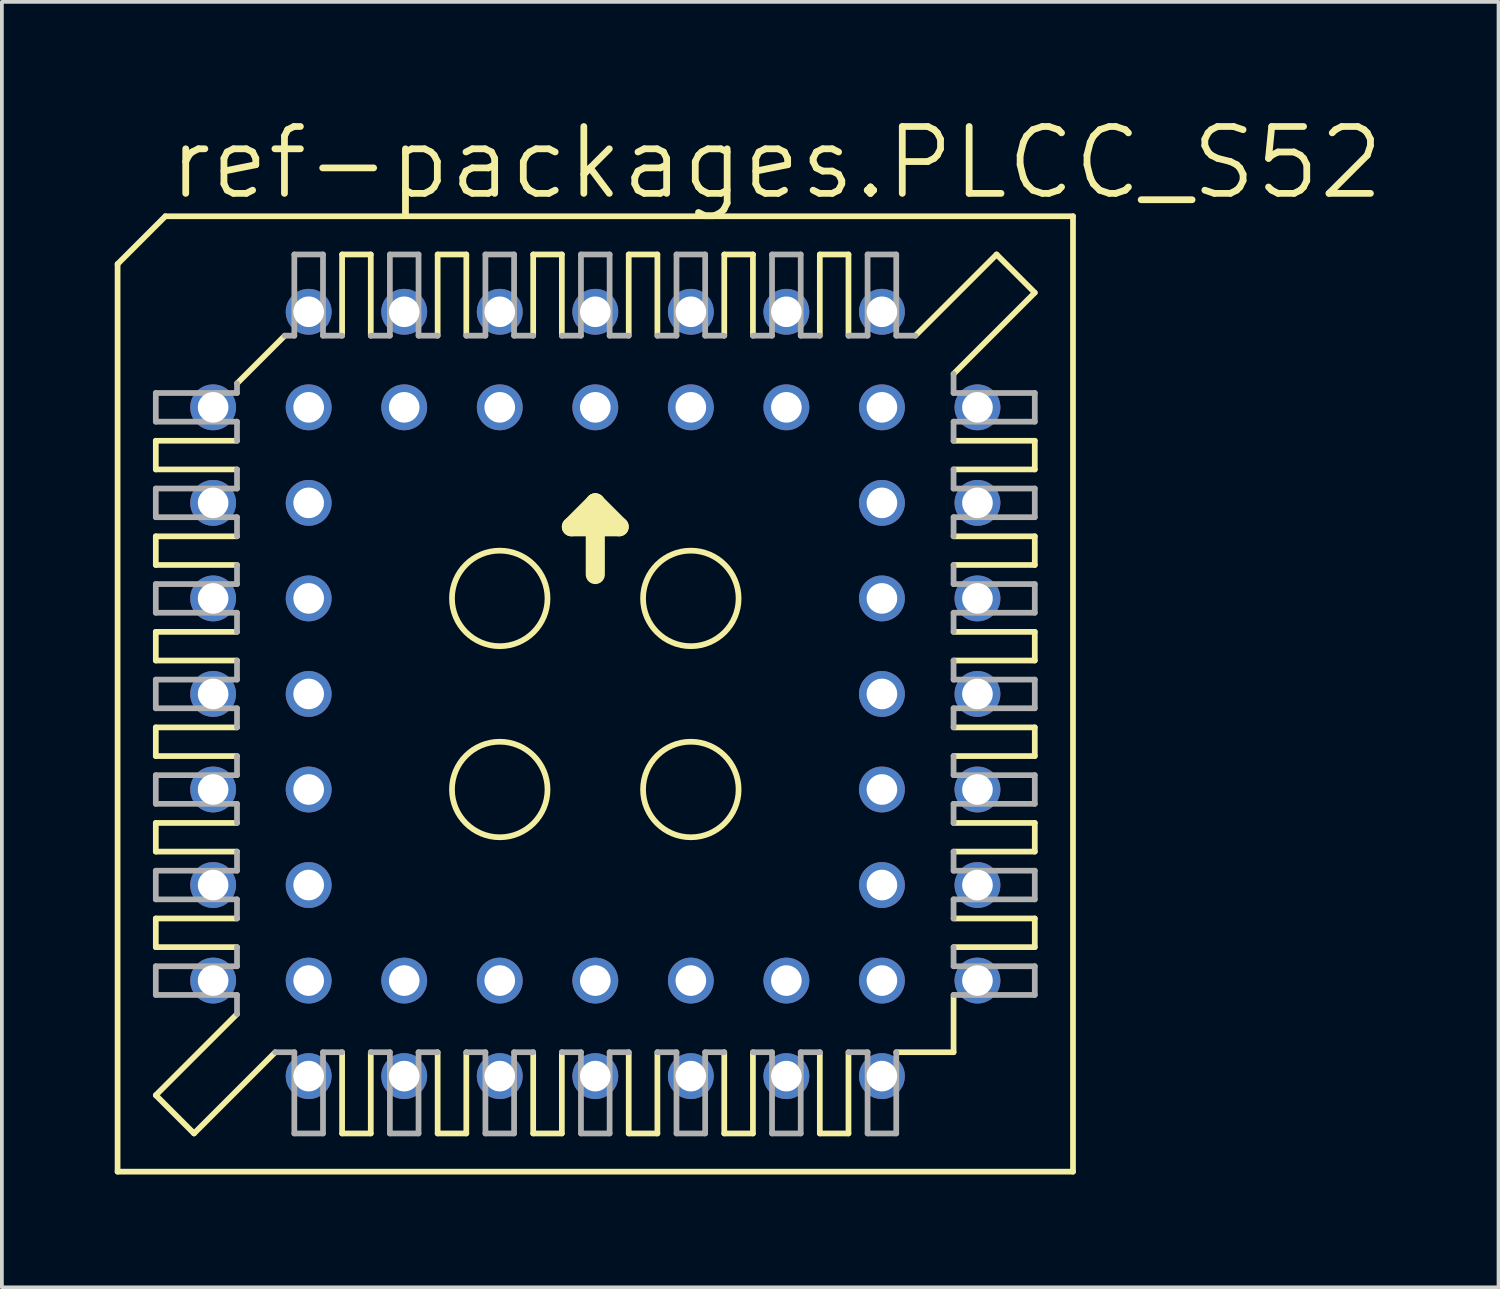
<source format=kicad_pcb>
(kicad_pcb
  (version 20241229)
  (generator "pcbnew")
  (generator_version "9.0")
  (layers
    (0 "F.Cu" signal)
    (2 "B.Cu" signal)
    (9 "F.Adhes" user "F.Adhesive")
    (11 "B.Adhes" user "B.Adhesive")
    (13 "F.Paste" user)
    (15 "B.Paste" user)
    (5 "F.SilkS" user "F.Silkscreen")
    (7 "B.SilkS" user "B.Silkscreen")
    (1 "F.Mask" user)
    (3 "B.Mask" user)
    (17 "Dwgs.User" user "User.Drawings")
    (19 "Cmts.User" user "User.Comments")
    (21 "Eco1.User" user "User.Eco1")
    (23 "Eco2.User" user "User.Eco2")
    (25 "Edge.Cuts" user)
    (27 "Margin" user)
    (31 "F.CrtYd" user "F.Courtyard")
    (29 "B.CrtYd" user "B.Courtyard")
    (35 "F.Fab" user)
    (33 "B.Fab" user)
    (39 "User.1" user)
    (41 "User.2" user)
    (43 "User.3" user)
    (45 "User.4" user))
  (footprint "ref-packages.PLCC_S52"
    (layer "F.Cu")
    (at 12.776 15.399)
    (property "Reference" "ref-packages.PLCC_S52" (at -11.43 -13.081 0) (layer "F.SilkS") (effects (font (size 1.778 1.778) (thickness 0.18)) (justify left bottom)))
    (attr through_hole)
    (fp_line (start -12.7 -11.43) (end -12.7 12.7) (stroke (width 0.152) (type default)) (layer "F.SilkS"))
    (fp_line (start -11.684 -6.731) (end -11.684 -5.969) (stroke (width 0.152) (type default)) (layer "F.SilkS"))
    (fp_line (start -11.684 -6.731) (end -9.525 -6.731) (stroke (width 0.152) (type default)) (layer "F.SilkS"))
    (fp_line (start -11.684 -4.191) (end -11.684 -3.429) (stroke (width 0.152) (type default)) (layer "F.SilkS"))
    (fp_line (start -11.684 -4.191) (end -9.525 -4.191) (stroke (width 0.152) (type default)) (layer "F.SilkS"))
    (fp_line (start -11.684 -0.889) (end -11.684 -1.651) (stroke (width 0.152) (type default)) (layer "F.SilkS"))
    (fp_line (start -11.684 -0.889) (end -9.525 -0.889) (stroke (width 0.152) (type default)) (layer "F.SilkS"))
    (fp_line (start -11.684 1.651) (end -11.684 0.889) (stroke (width 0.152) (type default)) (layer "F.SilkS"))
    (fp_line (start -11.684 1.651) (end -9.525 1.651) (stroke (width 0.152) (type default)) (layer "F.SilkS"))
    (fp_line (start -11.684 4.191) (end -11.684 3.429) (stroke (width 0.152) (type default)) (layer "F.SilkS"))
    (fp_line (start -11.684 4.191) (end -9.525 4.191) (stroke (width 0.152) (type default)) (layer "F.SilkS"))
    (fp_line (start -11.684 5.969) (end -11.684 6.731) (stroke (width 0.152) (type default)) (layer "F.SilkS"))
    (fp_line (start -11.684 5.969) (end -9.525 5.969) (stroke (width 0.152) (type default)) (layer "F.SilkS"))
    (fp_line (start -11.684 10.668) (end -9.525 8.509) (stroke (width 0.152) (type default)) (layer "F.SilkS"))
    (fp_line (start -11.43 -12.7) (end -12.7 -11.43) (stroke (width 0.152) (type default)) (layer "F.SilkS"))
    (fp_line (start -10.668 11.684) (end -11.684 10.668) (stroke (width 0.152) (type default)) (layer "F.SilkS"))
    (fp_line (start -10.668 11.684) (end -8.509 9.525) (stroke (width 0.152) (type default)) (layer "F.SilkS"))
    (fp_line (start -9.525 -8.255) (end -8.255 -9.525) (stroke (width 0.152) (type default)) (layer "F.SilkS"))
    (fp_line (start -9.525 -5.969) (end -11.684 -5.969) (stroke (width 0.152) (type default)) (layer "F.SilkS"))
    (fp_line (start -9.525 -3.429) (end -11.684 -3.429) (stroke (width 0.152) (type default)) (layer "F.SilkS"))
    (fp_line (start -9.525 -1.651) (end -11.684 -1.651) (stroke (width 0.152) (type default)) (layer "F.SilkS"))
    (fp_line (start -9.525 0.889) (end -11.684 0.889) (stroke (width 0.152) (type default)) (layer "F.SilkS"))
    (fp_line (start -9.525 3.429) (end -11.684 3.429) (stroke (width 0.152) (type default)) (layer "F.SilkS"))
    (fp_line (start -9.525 6.731) (end -11.684 6.731) (stroke (width 0.152) (type default)) (layer "F.SilkS"))
    (fp_line (start -6.731 -9.525) (end -6.731 -11.684) (stroke (width 0.152) (type default)) (layer "F.SilkS"))
    (fp_line (start -6.731 11.684) (end -6.731 9.525) (stroke (width 0.152) (type default)) (layer "F.SilkS"))
    (fp_line (start -6.731 11.684) (end -5.969 11.684) (stroke (width 0.152) (type default)) (layer "F.SilkS"))
    (fp_line (start -5.969 -11.684) (end -6.731 -11.684) (stroke (width 0.152) (type default)) (layer "F.SilkS"))
    (fp_line (start -5.969 -11.684) (end -5.969 -9.525) (stroke (width 0.152) (type default)) (layer "F.SilkS"))
    (fp_line (start -5.969 9.525) (end -5.969 11.684) (stroke (width 0.152) (type default)) (layer "F.SilkS"))
    (fp_line (start -4.191 -9.525) (end -4.191 -11.684) (stroke (width 0.152) (type default)) (layer "F.SilkS"))
    (fp_line (start -4.191 11.684) (end -4.191 9.525) (stroke (width 0.152) (type default)) (layer "F.SilkS"))
    (fp_line (start -4.191 11.684) (end -3.429 11.684) (stroke (width 0.152) (type default)) (layer "F.SilkS"))
    (fp_line (start -3.429 -11.684) (end -4.191 -11.684) (stroke (width 0.152) (type default)) (layer "F.SilkS"))
    (fp_line (start -3.429 -11.684) (end -3.429 -9.525) (stroke (width 0.152) (type default)) (layer "F.SilkS"))
    (fp_line (start -3.429 9.525) (end -3.429 11.684) (stroke (width 0.152) (type default)) (layer "F.SilkS"))
    (fp_line (start -1.651 -9.525) (end -1.651 -11.684) (stroke (width 0.152) (type default)) (layer "F.SilkS"))
    (fp_line (start -1.651 11.684) (end -1.651 9.525) (stroke (width 0.152) (type default)) (layer "F.SilkS"))
    (fp_line (start -1.651 11.684) (end -0.889 11.684) (stroke (width 0.152) (type default)) (layer "F.SilkS"))
    (fp_line (start -0.889 -11.684) (end -1.651 -11.684) (stroke (width 0.152) (type default)) (layer "F.SilkS"))
    (fp_line (start -0.889 -11.684) (end -0.889 -9.525) (stroke (width 0.152) (type default)) (layer "F.SilkS"))
    (fp_line (start -0.889 9.525) (end -0.889 11.684) (stroke (width 0.152) (type default)) (layer "F.SilkS"))
    (fp_line (start -0.635 -4.445) (end 0 -5.08) (stroke (width 0.508) (type default)) (layer "F.SilkS"))
    (fp_line (start 0 -5.08) (end 0 -3.175) (stroke (width 0.508) (type default)) (layer "F.SilkS"))
    (fp_line (start 0 -5.08) (end 0.635 -4.445) (stroke (width 0.508) (type default)) (layer "F.SilkS"))
    (fp_line (start 0.635 -4.445) (end -0.635 -4.445) (stroke (width 0.508) (type default)) (layer "F.SilkS"))
    (fp_line (start 0.889 -9.525) (end 0.889 -11.684) (stroke (width 0.152) (type default)) (layer "F.SilkS"))
    (fp_line (start 0.889 11.684) (end 0.889 9.525) (stroke (width 0.152) (type default)) (layer "F.SilkS"))
    (fp_line (start 0.889 11.684) (end 1.651 11.684) (stroke (width 0.152) (type default)) (layer "F.SilkS"))
    (fp_line (start 1.651 -11.684) (end 0.889 -11.684) (stroke (width 0.152) (type default)) (layer "F.SilkS"))
    (fp_line (start 1.651 -11.684) (end 1.651 -9.525) (stroke (width 0.152) (type default)) (layer "F.SilkS"))
    (fp_line (start 1.651 9.525) (end 1.651 11.684) (stroke (width 0.152) (type default)) (layer "F.SilkS"))
    (fp_line (start 3.429 -9.525) (end 3.429 -11.684) (stroke (width 0.152) (type default)) (layer "F.SilkS"))
    (fp_line (start 3.429 11.684) (end 3.429 9.525) (stroke (width 0.152) (type default)) (layer "F.SilkS"))
    (fp_line (start 3.429 11.684) (end 4.191 11.684) (stroke (width 0.152) (type default)) (layer "F.SilkS"))
    (fp_line (start 4.191 -11.684) (end 3.429 -11.684) (stroke (width 0.152) (type default)) (layer "F.SilkS"))
    (fp_line (start 4.191 -11.684) (end 4.191 -9.525) (stroke (width 0.152) (type default)) (layer "F.SilkS"))
    (fp_line (start 4.191 9.525) (end 4.191 11.684) (stroke (width 0.152) (type default)) (layer "F.SilkS"))
    (fp_line (start 5.969 -9.525) (end 5.969 -11.684) (stroke (width 0.152) (type default)) (layer "F.SilkS"))
    (fp_line (start 5.969 11.684) (end 5.969 9.525) (stroke (width 0.152) (type default)) (layer "F.SilkS"))
    (fp_line (start 5.969 11.684) (end 6.731 11.684) (stroke (width 0.152) (type default)) (layer "F.SilkS"))
    (fp_line (start 6.731 -11.684) (end 5.969 -11.684) (stroke (width 0.152) (type default)) (layer "F.SilkS"))
    (fp_line (start 6.731 -11.684) (end 6.731 -9.525) (stroke (width 0.152) (type default)) (layer "F.SilkS"))
    (fp_line (start 6.731 9.525) (end 6.731 11.684) (stroke (width 0.152) (type default)) (layer "F.SilkS"))
    (fp_line (start 8.001 9.525) (end 9.525 9.525) (stroke (width 0.152) (type default)) (layer "F.SilkS"))
    (fp_line (start 9.525 -6.731) (end 11.684 -6.731) (stroke (width 0.152) (type default)) (layer "F.SilkS"))
    (fp_line (start 9.525 -3.429) (end 11.684 -3.429) (stroke (width 0.152) (type default)) (layer "F.SilkS"))
    (fp_line (start 9.525 -0.889) (end 11.684 -0.889) (stroke (width 0.152) (type default)) (layer "F.SilkS"))
    (fp_line (start 9.525 1.651) (end 11.684 1.651) (stroke (width 0.152) (type default)) (layer "F.SilkS"))
    (fp_line (start 9.525 3.429) (end 11.684 3.429) (stroke (width 0.152) (type default)) (layer "F.SilkS"))
    (fp_line (start 9.525 5.969) (end 11.684 5.969) (stroke (width 0.152) (type default)) (layer "F.SilkS"))
    (fp_line (start 9.525 9.525) (end 9.525 8.001) (stroke (width 0.152) (type default)) (layer "F.SilkS"))
    (fp_line (start 10.668 -11.684) (end 8.509 -9.525) (stroke (width 0.152) (type default)) (layer "F.SilkS"))
    (fp_line (start 11.684 -10.668) (end 9.525 -8.509) (stroke (width 0.152) (type default)) (layer "F.SilkS"))
    (fp_line (start 11.684 -10.668) (end 10.668 -11.684) (stroke (width 0.152) (type default)) (layer "F.SilkS"))
    (fp_line (start 11.684 -5.969) (end 9.525 -5.969) (stroke (width 0.152) (type default)) (layer "F.SilkS"))
    (fp_line (start 11.684 -5.969) (end 11.684 -6.731) (stroke (width 0.152) (type default)) (layer "F.SilkS"))
    (fp_line (start 11.684 -4.191) (end 9.525 -4.191) (stroke (width 0.152) (type default)) (layer "F.SilkS"))
    (fp_line (start 11.684 -4.191) (end 11.684 -3.429) (stroke (width 0.152) (type default)) (layer "F.SilkS"))
    (fp_line (start 11.684 -1.651) (end 9.525 -1.651) (stroke (width 0.152) (type default)) (layer "F.SilkS"))
    (fp_line (start 11.684 -1.651) (end 11.684 -0.889) (stroke (width 0.152) (type default)) (layer "F.SilkS"))
    (fp_line (start 11.684 0.889) (end 9.525 0.889) (stroke (width 0.152) (type default)) (layer "F.SilkS"))
    (fp_line (start 11.684 0.889) (end 11.684 1.651) (stroke (width 0.152) (type default)) (layer "F.SilkS"))
    (fp_line (start 11.684 4.191) (end 9.525 4.191) (stroke (width 0.152) (type default)) (layer "F.SilkS"))
    (fp_line (start 11.684 4.191) (end 11.684 3.429) (stroke (width 0.152) (type default)) (layer "F.SilkS"))
    (fp_line (start 11.684 6.731) (end 9.525 6.731) (stroke (width 0.152) (type default)) (layer "F.SilkS"))
    (fp_line (start 11.684 6.731) (end 11.684 5.969) (stroke (width 0.152) (type default)) (layer "F.SilkS"))
    (fp_line (start 12.7 -12.7) (end -11.43 -12.7) (stroke (width 0.152) (type default)) (layer "F.SilkS"))
    (fp_line (start 12.7 12.7) (end -12.7 12.7) (stroke (width 0.152) (type default)) (layer "F.SilkS"))
    (fp_line (start 12.7 12.7) (end 12.7 -12.7) (stroke (width 0.152) (type default)) (layer "F.SilkS"))
    (fp_circle (center -2.54 -2.54) (end -1.27 -2.54) (stroke (width 0.152) (type default)) (fill no) (layer "F.SilkS"))
    (fp_circle (center -2.54 2.54) (end -1.27 2.54) (stroke (width 0.152) (type default)) (fill no) (layer "F.SilkS"))
    (fp_circle (center 2.54 -2.54) (end 3.81 -2.54) (stroke (width 0.152) (type default)) (fill no) (layer "F.SilkS"))
    (fp_circle (center 2.54 2.54) (end 3.81 2.54) (stroke (width 0.152) (type default)) (fill no) (layer "F.SilkS"))
    (fp_line (start -11.684 -8.001) (end -11.684 -7.239) (stroke (width 0.152) (type default)) (layer "F.Fab"))
    (fp_line (start -11.684 -8.001) (end -9.525 -8.001) (stroke (width 0.152) (type default)) (layer "F.Fab"))
    (fp_line (start -11.684 -5.461) (end -11.684 -4.699) (stroke (width 0.152) (type default)) (layer "F.Fab"))
    (fp_line (start -11.684 -5.461) (end -9.525 -5.461) (stroke (width 0.152) (type default)) (layer "F.Fab"))
    (fp_line (start -11.684 -2.921) (end -11.684 -2.159) (stroke (width 0.152) (type default)) (layer "F.Fab"))
    (fp_line (start -11.684 -2.921) (end -9.525 -2.921) (stroke (width 0.152) (type default)) (layer "F.Fab"))
    (fp_line (start -11.684 0.381) (end -11.684 -0.381) (stroke (width 0.152) (type default)) (layer "F.Fab"))
    (fp_line (start -11.684 0.381) (end -9.525 0.381) (stroke (width 0.152) (type default)) (layer "F.Fab"))
    (fp_line (start -11.684 2.921) (end -11.684 2.159) (stroke (width 0.152) (type default)) (layer "F.Fab"))
    (fp_line (start -11.684 2.921) (end -9.525 2.921) (stroke (width 0.152) (type default)) (layer "F.Fab"))
    (fp_line (start -11.684 5.461) (end -11.684 4.699) (stroke (width 0.152) (type default)) (layer "F.Fab"))
    (fp_line (start -11.684 5.461) (end -9.525 5.461) (stroke (width 0.152) (type default)) (layer "F.Fab"))
    (fp_line (start -11.684 8.001) (end -11.684 7.239) (stroke (width 0.152) (type default)) (layer "F.Fab"))
    (fp_line (start -11.684 8.001) (end -9.525 8.001) (stroke (width 0.152) (type default)) (layer "F.Fab"))
    (fp_line (start -9.525 -8.001) (end -9.525 -8.255) (stroke (width 0.152) (type default)) (layer "F.Fab"))
    (fp_line (start -9.525 -7.239) (end -11.684 -7.239) (stroke (width 0.152) (type default)) (layer "F.Fab"))
    (fp_line (start -9.525 -7.239) (end -9.525 -6.731) (stroke (width 0.152) (type default)) (layer "F.Fab"))
    (fp_line (start -9.525 -5.969) (end -9.525 -5.461) (stroke (width 0.152) (type default)) (layer "F.Fab"))
    (fp_line (start -9.525 -4.699) (end -11.684 -4.699) (stroke (width 0.152) (type default)) (layer "F.Fab"))
    (fp_line (start -9.525 -4.699) (end -9.525 -4.191) (stroke (width 0.152) (type default)) (layer "F.Fab"))
    (fp_line (start -9.525 -3.429) (end -9.525 -2.921) (stroke (width 0.152) (type default)) (layer "F.Fab"))
    (fp_line (start -9.525 -2.159) (end -11.684 -2.159) (stroke (width 0.152) (type default)) (layer "F.Fab"))
    (fp_line (start -9.525 -2.159) (end -9.525 -1.651) (stroke (width 0.152) (type default)) (layer "F.Fab"))
    (fp_line (start -9.525 -0.381) (end -11.684 -0.381) (stroke (width 0.152) (type default)) (layer "F.Fab"))
    (fp_line (start -9.525 -0.381) (end -9.525 -0.889) (stroke (width 0.152) (type default)) (layer "F.Fab"))
    (fp_line (start -9.525 0.889) (end -9.525 0.381) (stroke (width 0.152) (type default)) (layer "F.Fab"))
    (fp_line (start -9.525 2.159) (end -11.684 2.159) (stroke (width 0.152) (type default)) (layer "F.Fab"))
    (fp_line (start -9.525 2.159) (end -9.525 1.651) (stroke (width 0.152) (type default)) (layer "F.Fab"))
    (fp_line (start -9.525 3.429) (end -9.525 2.921) (stroke (width 0.152) (type default)) (layer "F.Fab"))
    (fp_line (start -9.525 4.699) (end -11.684 4.699) (stroke (width 0.152) (type default)) (layer "F.Fab"))
    (fp_line (start -9.525 4.699) (end -9.525 4.191) (stroke (width 0.152) (type default)) (layer "F.Fab"))
    (fp_line (start -9.525 5.461) (end -9.525 5.969) (stroke (width 0.152) (type default)) (layer "F.Fab"))
    (fp_line (start -9.525 6.731) (end -9.525 7.239) (stroke (width 0.152) (type default)) (layer "F.Fab"))
    (fp_line (start -9.525 7.239) (end -11.684 7.239) (stroke (width 0.152) (type default)) (layer "F.Fab"))
    (fp_line (start -9.525 8.509) (end -9.525 8.001) (stroke (width 0.152) (type default)) (layer "F.Fab"))
    (fp_line (start -8.509 9.525) (end -8.001 9.525) (stroke (width 0.152) (type default)) (layer "F.Fab"))
    (fp_line (start -8.255 -9.525) (end -8.001 -9.525) (stroke (width 0.152) (type default)) (layer "F.Fab"))
    (fp_line (start -8.001 -9.525) (end -8.001 -11.684) (stroke (width 0.152) (type default)) (layer "F.Fab"))
    (fp_line (start -8.001 11.684) (end -8.001 9.525) (stroke (width 0.152) (type default)) (layer "F.Fab"))
    (fp_line (start -8.001 11.684) (end -7.239 11.684) (stroke (width 0.152) (type default)) (layer "F.Fab"))
    (fp_line (start -7.239 -11.684) (end -8.001 -11.684) (stroke (width 0.152) (type default)) (layer "F.Fab"))
    (fp_line (start -7.239 -11.684) (end -7.239 -9.525) (stroke (width 0.152) (type default)) (layer "F.Fab"))
    (fp_line (start -7.239 9.525) (end -7.239 11.684) (stroke (width 0.152) (type default)) (layer "F.Fab"))
    (fp_line (start -7.239 9.525) (end -6.731 9.525) (stroke (width 0.152) (type default)) (layer "F.Fab"))
    (fp_line (start -6.731 -9.525) (end -7.239 -9.525) (stroke (width 0.152) (type default)) (layer "F.Fab"))
    (fp_line (start -5.969 9.525) (end -5.461 9.525) (stroke (width 0.152) (type default)) (layer "F.Fab"))
    (fp_line (start -5.461 -9.525) (end -5.969 -9.525) (stroke (width 0.152) (type default)) (layer "F.Fab"))
    (fp_line (start -5.461 -9.525) (end -5.461 -11.684) (stroke (width 0.152) (type default)) (layer "F.Fab"))
    (fp_line (start -5.461 11.684) (end -5.461 9.525) (stroke (width 0.152) (type default)) (layer "F.Fab"))
    (fp_line (start -5.461 11.684) (end -4.699 11.684) (stroke (width 0.152) (type default)) (layer "F.Fab"))
    (fp_line (start -4.699 -11.684) (end -5.461 -11.684) (stroke (width 0.152) (type default)) (layer "F.Fab"))
    (fp_line (start -4.699 -11.684) (end -4.699 -9.525) (stroke (width 0.152) (type default)) (layer "F.Fab"))
    (fp_line (start -4.699 9.525) (end -4.699 11.684) (stroke (width 0.152) (type default)) (layer "F.Fab"))
    (fp_line (start -4.699 9.525) (end -4.191 9.525) (stroke (width 0.152) (type default)) (layer "F.Fab"))
    (fp_line (start -4.191 -9.525) (end -4.699 -9.525) (stroke (width 0.152) (type default)) (layer "F.Fab"))
    (fp_line (start -3.429 9.525) (end -2.921 9.525) (stroke (width 0.152) (type default)) (layer "F.Fab"))
    (fp_line (start -2.921 -9.525) (end -3.429 -9.525) (stroke (width 0.152) (type default)) (layer "F.Fab"))
    (fp_line (start -2.921 -9.525) (end -2.921 -11.684) (stroke (width 0.152) (type default)) (layer "F.Fab"))
    (fp_line (start -2.921 11.684) (end -2.921 9.525) (stroke (width 0.152) (type default)) (layer "F.Fab"))
    (fp_line (start -2.921 11.684) (end -2.159 11.684) (stroke (width 0.152) (type default)) (layer "F.Fab"))
    (fp_line (start -2.159 -11.684) (end -2.921 -11.684) (stroke (width 0.152) (type default)) (layer "F.Fab"))
    (fp_line (start -2.159 -11.684) (end -2.159 -9.525) (stroke (width 0.152) (type default)) (layer "F.Fab"))
    (fp_line (start -2.159 9.525) (end -2.159 11.684) (stroke (width 0.152) (type default)) (layer "F.Fab"))
    (fp_line (start -2.159 9.525) (end -1.651 9.525) (stroke (width 0.152) (type default)) (layer "F.Fab"))
    (fp_line (start -1.651 -9.525) (end -2.159 -9.525) (stroke (width 0.152) (type default)) (layer "F.Fab"))
    (fp_line (start -0.889 9.525) (end -0.381 9.525) (stroke (width 0.152) (type default)) (layer "F.Fab"))
    (fp_line (start -0.381 -9.525) (end -0.889 -9.525) (stroke (width 0.152) (type default)) (layer "F.Fab"))
    (fp_line (start -0.381 -9.525) (end -0.381 -11.684) (stroke (width 0.152) (type default)) (layer "F.Fab"))
    (fp_line (start -0.381 11.684) (end -0.381 9.525) (stroke (width 0.152) (type default)) (layer "F.Fab"))
    (fp_line (start -0.381 11.684) (end 0.381 11.684) (stroke (width 0.152) (type default)) (layer "F.Fab"))
    (fp_line (start 0.381 -11.684) (end -0.381 -11.684) (stroke (width 0.152) (type default)) (layer "F.Fab"))
    (fp_line (start 0.381 -11.684) (end 0.381 -9.525) (stroke (width 0.152) (type default)) (layer "F.Fab"))
    (fp_line (start 0.381 9.525) (end 0.381 11.684) (stroke (width 0.152) (type default)) (layer "F.Fab"))
    (fp_line (start 0.381 9.525) (end 0.889 9.525) (stroke (width 0.152) (type default)) (layer "F.Fab"))
    (fp_line (start 0.889 -9.525) (end 0.381 -9.525) (stroke (width 0.152) (type default)) (layer "F.Fab"))
    (fp_line (start 1.651 9.525) (end 2.159 9.525) (stroke (width 0.152) (type default)) (layer "F.Fab"))
    (fp_line (start 2.159 -9.525) (end 1.651 -9.525) (stroke (width 0.152) (type default)) (layer "F.Fab"))
    (fp_line (start 2.159 -9.525) (end 2.159 -11.684) (stroke (width 0.152) (type default)) (layer "F.Fab"))
    (fp_line (start 2.159 11.684) (end 2.159 9.525) (stroke (width 0.152) (type default)) (layer "F.Fab"))
    (fp_line (start 2.159 11.684) (end 2.921 11.684) (stroke (width 0.152) (type default)) (layer "F.Fab"))
    (fp_line (start 2.921 -11.684) (end 2.159 -11.684) (stroke (width 0.152) (type default)) (layer "F.Fab"))
    (fp_line (start 2.921 -11.684) (end 2.921 -9.525) (stroke (width 0.152) (type default)) (layer "F.Fab"))
    (fp_line (start 2.921 9.525) (end 2.921 11.684) (stroke (width 0.152) (type default)) (layer "F.Fab"))
    (fp_line (start 2.921 9.525) (end 3.429 9.525) (stroke (width 0.152) (type default)) (layer "F.Fab"))
    (fp_line (start 3.429 -9.525) (end 2.921 -9.525) (stroke (width 0.152) (type default)) (layer "F.Fab"))
    (fp_line (start 4.191 9.525) (end 4.699 9.525) (stroke (width 0.152) (type default)) (layer "F.Fab"))
    (fp_line (start 4.699 -9.525) (end 4.191 -9.525) (stroke (width 0.152) (type default)) (layer "F.Fab"))
    (fp_line (start 4.699 -9.525) (end 4.699 -11.684) (stroke (width 0.152) (type default)) (layer "F.Fab"))
    (fp_line (start 4.699 11.684) (end 4.699 9.525) (stroke (width 0.152) (type default)) (layer "F.Fab"))
    (fp_line (start 4.699 11.684) (end 5.461 11.684) (stroke (width 0.152) (type default)) (layer "F.Fab"))
    (fp_line (start 5.461 -11.684) (end 4.699 -11.684) (stroke (width 0.152) (type default)) (layer "F.Fab"))
    (fp_line (start 5.461 -11.684) (end 5.461 -9.525) (stroke (width 0.152) (type default)) (layer "F.Fab"))
    (fp_line (start 5.461 9.525) (end 5.461 11.684) (stroke (width 0.152) (type default)) (layer "F.Fab"))
    (fp_line (start 5.461 9.525) (end 5.969 9.525) (stroke (width 0.152) (type default)) (layer "F.Fab"))
    (fp_line (start 5.969 -9.525) (end 5.461 -9.525) (stroke (width 0.152) (type default)) (layer "F.Fab"))
    (fp_line (start 6.731 9.525) (end 7.239 9.525) (stroke (width 0.152) (type default)) (layer "F.Fab"))
    (fp_line (start 7.239 -9.525) (end 6.731 -9.525) (stroke (width 0.152) (type default)) (layer "F.Fab"))
    (fp_line (start 7.239 -9.525) (end 7.239 -11.684) (stroke (width 0.152) (type default)) (layer "F.Fab"))
    (fp_line (start 7.239 11.684) (end 7.239 9.525) (stroke (width 0.152) (type default)) (layer "F.Fab"))
    (fp_line (start 7.239 11.684) (end 8.001 11.684) (stroke (width 0.152) (type default)) (layer "F.Fab"))
    (fp_line (start 8.001 -11.684) (end 7.239 -11.684) (stroke (width 0.152) (type default)) (layer "F.Fab"))
    (fp_line (start 8.001 -11.684) (end 8.001 -9.525) (stroke (width 0.152) (type default)) (layer "F.Fab"))
    (fp_line (start 8.001 9.525) (end 8.001 11.684) (stroke (width 0.152) (type default)) (layer "F.Fab"))
    (fp_line (start 8.509 -9.525) (end 8.001 -9.525) (stroke (width 0.152) (type default)) (layer "F.Fab"))
    (fp_line (start 9.525 -8.509) (end 9.525 -8.001) (stroke (width 0.152) (type default)) (layer "F.Fab"))
    (fp_line (start 9.525 -7.239) (end 11.684 -7.239) (stroke (width 0.152) (type default)) (layer "F.Fab"))
    (fp_line (start 9.525 -6.731) (end 9.525 -7.239) (stroke (width 0.152) (type default)) (layer "F.Fab"))
    (fp_line (start 9.525 -5.461) (end 9.525 -5.969) (stroke (width 0.152) (type default)) (layer "F.Fab"))
    (fp_line (start 9.525 -4.699) (end 9.525 -4.191) (stroke (width 0.152) (type default)) (layer "F.Fab"))
    (fp_line (start 9.525 -4.699) (end 11.684 -4.699) (stroke (width 0.152) (type default)) (layer "F.Fab"))
    (fp_line (start 9.525 -3.429) (end 9.525 -2.921) (stroke (width 0.152) (type default)) (layer "F.Fab"))
    (fp_line (start 9.525 -2.159) (end 9.525 -1.651) (stroke (width 0.152) (type default)) (layer "F.Fab"))
    (fp_line (start 9.525 -2.159) (end 11.684 -2.159) (stroke (width 0.152) (type default)) (layer "F.Fab"))
    (fp_line (start 9.525 -0.889) (end 9.525 -0.381) (stroke (width 0.152) (type default)) (layer "F.Fab"))
    (fp_line (start 9.525 0.381) (end 9.525 0.889) (stroke (width 0.152) (type default)) (layer "F.Fab"))
    (fp_line (start 9.525 0.381) (end 11.684 0.381) (stroke (width 0.152) (type default)) (layer "F.Fab"))
    (fp_line (start 9.525 1.651) (end 9.525 2.159) (stroke (width 0.152) (type default)) (layer "F.Fab"))
    (fp_line (start 9.525 2.159) (end 11.684 2.159) (stroke (width 0.152) (type default)) (layer "F.Fab"))
    (fp_line (start 9.525 3.429) (end 9.525 2.921) (stroke (width 0.152) (type default)) (layer "F.Fab"))
    (fp_line (start 9.525 4.699) (end 9.525 4.191) (stroke (width 0.152) (type default)) (layer "F.Fab"))
    (fp_line (start 9.525 4.699) (end 11.684 4.699) (stroke (width 0.152) (type default)) (layer "F.Fab"))
    (fp_line (start 9.525 5.969) (end 9.525 5.461) (stroke (width 0.152) (type default)) (layer "F.Fab"))
    (fp_line (start 9.525 7.239) (end 9.525 6.731) (stroke (width 0.152) (type default)) (layer "F.Fab"))
    (fp_line (start 9.525 7.239) (end 11.684 7.239) (stroke (width 0.152) (type default)) (layer "F.Fab"))
    (fp_line (start 11.684 -8.001) (end 9.525 -8.001) (stroke (width 0.152) (type default)) (layer "F.Fab"))
    (fp_line (start 11.684 -8.001) (end 11.684 -7.239) (stroke (width 0.152) (type default)) (layer "F.Fab"))
    (fp_line (start 11.684 -5.461) (end 9.525 -5.461) (stroke (width 0.152) (type default)) (layer "F.Fab"))
    (fp_line (start 11.684 -5.461) (end 11.684 -4.699) (stroke (width 0.152) (type default)) (layer "F.Fab"))
    (fp_line (start 11.684 -2.921) (end 9.525 -2.921) (stroke (width 0.152) (type default)) (layer "F.Fab"))
    (fp_line (start 11.684 -2.921) (end 11.684 -2.159) (stroke (width 0.152) (type default)) (layer "F.Fab"))
    (fp_line (start 11.684 -0.381) (end 9.525 -0.381) (stroke (width 0.152) (type default)) (layer "F.Fab"))
    (fp_line (start 11.684 -0.381) (end 11.684 0.381) (stroke (width 0.152) (type default)) (layer "F.Fab"))
    (fp_line (start 11.684 2.921) (end 9.525 2.921) (stroke (width 0.152) (type default)) (layer "F.Fab"))
    (fp_line (start 11.684 2.921) (end 11.684 2.159) (stroke (width 0.152) (type default)) (layer "F.Fab"))
    (fp_line (start 11.684 5.461) (end 9.525 5.461) (stroke (width 0.152) (type default)) (layer "F.Fab"))
    (fp_line (start 11.684 5.461) (end 11.684 4.699) (stroke (width 0.152) (type default)) (layer "F.Fab"))
    (fp_line (start 11.684 8.001) (end 9.525 8.001) (stroke (width 0.152) (type default)) (layer "F.Fab"))
    (fp_line (start 11.684 8.001) (end 11.684 7.239) (stroke (width 0.152) (type default)) (layer "F.Fab"))
    (pad "1" thru_hole circle (at 0 -10.16) (size 1.219 1.219) (drill 0.813) (layers "*.Cu" "*.Mask"))
    (pad "2" thru_hole circle (at 0 -7.62) (size 1.219 1.219) (drill 0.813) (layers "*.Cu" "*.Mask"))
    (pad "3" thru_hole circle (at -2.54 -10.16) (size 1.219 1.219) (drill 0.813) (layers "*.Cu" "*.Mask"))
    (pad "4" thru_hole circle (at -2.54 -7.62) (size 1.219 1.219) (drill 0.813) (layers "*.Cu" "*.Mask"))
    (pad "5" thru_hole circle (at -5.08 -10.16) (size 1.219 1.219) (drill 0.813) (layers "*.Cu" "*.Mask"))
    (pad "6" thru_hole circle (at -5.08 -7.62) (size 1.219 1.219) (drill 0.813) (layers "*.Cu" "*.Mask"))
    (pad "7" thru_hole circle (at -7.62 -10.16) (size 1.219 1.219) (drill 0.813) (layers "*.Cu" "*.Mask"))
    (pad "8" thru_hole circle (at -10.16 -7.62) (size 1.219 1.219) (drill 0.813) (layers "*.Cu" "*.Mask"))
    (pad "9" thru_hole circle (at -7.62 -7.62) (size 1.219 1.219) (drill 0.813) (layers "*.Cu" "*.Mask"))
    (pad "10" thru_hole circle (at -10.16 -5.08) (size 1.219 1.219) (drill 0.813) (layers "*.Cu" "*.Mask"))
    (pad "11" thru_hole circle (at -7.62 -5.08) (size 1.219 1.219) (drill 0.813) (layers "*.Cu" "*.Mask"))
    (pad "12" thru_hole circle (at -10.16 -2.54) (size 1.219 1.219) (drill 0.813) (layers "*.Cu" "*.Mask"))
    (pad "13" thru_hole circle (at -7.62 -2.54) (size 1.219 1.219) (drill 0.813) (layers "*.Cu" "*.Mask"))
    (pad "14" thru_hole circle (at -10.16 0) (size 1.219 1.219) (drill 0.813) (layers "*.Cu" "*.Mask"))
    (pad "15" thru_hole circle (at -7.62 0) (size 1.219 1.219) (drill 0.813) (layers "*.Cu" "*.Mask"))
    (pad "16" thru_hole circle (at -10.16 2.54) (size 1.219 1.219) (drill 0.813) (layers "*.Cu" "*.Mask"))
    (pad "17" thru_hole circle (at -7.62 2.54) (size 1.219 1.219) (drill 0.813) (layers "*.Cu" "*.Mask"))
    (pad "18" thru_hole circle (at -10.16 5.08) (size 1.219 1.219) (drill 0.813) (layers "*.Cu" "*.Mask"))
    (pad "19" thru_hole circle (at -7.62 5.08) (size 1.219 1.219) (drill 0.813) (layers "*.Cu" "*.Mask"))
    (pad "20" thru_hole circle (at -10.16 7.62) (size 1.219 1.219) (drill 0.813) (layers "*.Cu" "*.Mask"))
    (pad "21" thru_hole circle (at -7.62 10.16) (size 1.219 1.219) (drill 0.813) (layers "*.Cu" "*.Mask"))
    (pad "22" thru_hole circle (at -7.62 7.62) (size 1.219 1.219) (drill 0.813) (layers "*.Cu" "*.Mask"))
    (pad "23" thru_hole circle (at -5.08 10.16) (size 1.219 1.219) (drill 0.813) (layers "*.Cu" "*.Mask"))
    (pad "24" thru_hole circle (at -5.08 7.62) (size 1.219 1.219) (drill 0.813) (layers "*.Cu" "*.Mask"))
    (pad "25" thru_hole circle (at -2.54 10.16) (size 1.219 1.219) (drill 0.813) (layers "*.Cu" "*.Mask"))
    (pad "26" thru_hole circle (at -2.54 7.62) (size 1.219 1.219) (drill 0.813) (layers "*.Cu" "*.Mask"))
    (pad "27" thru_hole circle (at 0 10.16) (size 1.219 1.219) (drill 0.813) (layers "*.Cu" "*.Mask"))
    (pad "28" thru_hole circle (at 0 7.62) (size 1.219 1.219) (drill 0.813) (layers "*.Cu" "*.Mask"))
    (pad "29" thru_hole circle (at 2.54 10.16) (size 1.219 1.219) (drill 0.813) (layers "*.Cu" "*.Mask"))
    (pad "30" thru_hole circle (at 2.54 7.62) (size 1.219 1.219) (drill 0.813) (layers "*.Cu" "*.Mask"))
    (pad "31" thru_hole circle (at 5.08 10.16) (size 1.219 1.219) (drill 0.813) (layers "*.Cu" "*.Mask"))
    (pad "32" thru_hole circle (at 5.08 7.62) (size 1.219 1.219) (drill 0.813) (layers "*.Cu" "*.Mask"))
    (pad "33" thru_hole circle (at 7.62 10.16) (size 1.219 1.219) (drill 0.813) (layers "*.Cu" "*.Mask"))
    (pad "34" thru_hole circle (at 10.16 7.62) (size 1.219 1.219) (drill 0.813) (layers "*.Cu" "*.Mask"))
    (pad "35" thru_hole circle (at 7.62 7.62) (size 1.219 1.219) (drill 0.813) (layers "*.Cu" "*.Mask"))
    (pad "36" thru_hole circle (at 10.16 5.08) (size 1.219 1.219) (drill 0.813) (layers "*.Cu" "*.Mask"))
    (pad "37" thru_hole circle (at 7.62 5.08) (size 1.219 1.219) (drill 0.813) (layers "*.Cu" "*.Mask"))
    (pad "38" thru_hole circle (at 10.16 2.54) (size 1.219 1.219) (drill 0.813) (layers "*.Cu" "*.Mask"))
    (pad "39" thru_hole circle (at 7.62 2.54) (size 1.219 1.219) (drill 0.813) (layers "*.Cu" "*.Mask"))
    (pad "40" thru_hole circle (at 10.16 0) (size 1.219 1.219) (drill 0.813) (layers "*.Cu" "*.Mask"))
    (pad "41" thru_hole circle (at 7.62 0) (size 1.219 1.219) (drill 0.813) (layers "*.Cu" "*.Mask"))
    (pad "42" thru_hole circle (at 10.16 -2.54) (size 1.219 1.219) (drill 0.813) (layers "*.Cu" "*.Mask"))
    (pad "43" thru_hole circle (at 7.62 -2.54) (size 1.219 1.219) (drill 0.813) (layers "*.Cu" "*.Mask"))
    (pad "44" thru_hole circle (at 10.16 -5.08) (size 1.219 1.219) (drill 0.813) (layers "*.Cu" "*.Mask"))
    (pad "45" thru_hole circle (at 7.62 -5.08) (size 1.219 1.219) (drill 0.813) (layers "*.Cu" "*.Mask"))
    (pad "46" thru_hole circle (at 10.16 -7.62) (size 1.219 1.219) (drill 0.813) (layers "*.Cu" "*.Mask"))
    (pad "47" thru_hole circle (at 7.62 -10.16) (size 1.219 1.219) (drill 0.813) (layers "*.Cu" "*.Mask"))
    (pad "48" thru_hole circle (at 7.62 -7.62) (size 1.219 1.219) (drill 0.813) (layers "*.Cu" "*.Mask"))
    (pad "49" thru_hole circle (at 5.08 -10.16) (size 1.219 1.219) (drill 0.813) (layers "*.Cu" "*.Mask"))
    (pad "50" thru_hole circle (at 5.08 -7.62) (size 1.219 1.219) (drill 0.813) (layers "*.Cu" "*.Mask"))
    (pad "51" thru_hole circle (at 2.54 -10.16) (size 1.219 1.219) (drill 0.813) (layers "*.Cu" "*.Mask"))
    (pad "52" thru_hole circle (at 2.54 -7.62) (size 1.219 1.219) (drill 0.813) (layers "*.Cu" "*.Mask")))
  (gr_rect
    (start -3 -3)
    (end 36.789 31.175)
    (stroke (width 0.1) (type default))
    (fill no)
    (layer "Edge.Cuts")))
</source>
